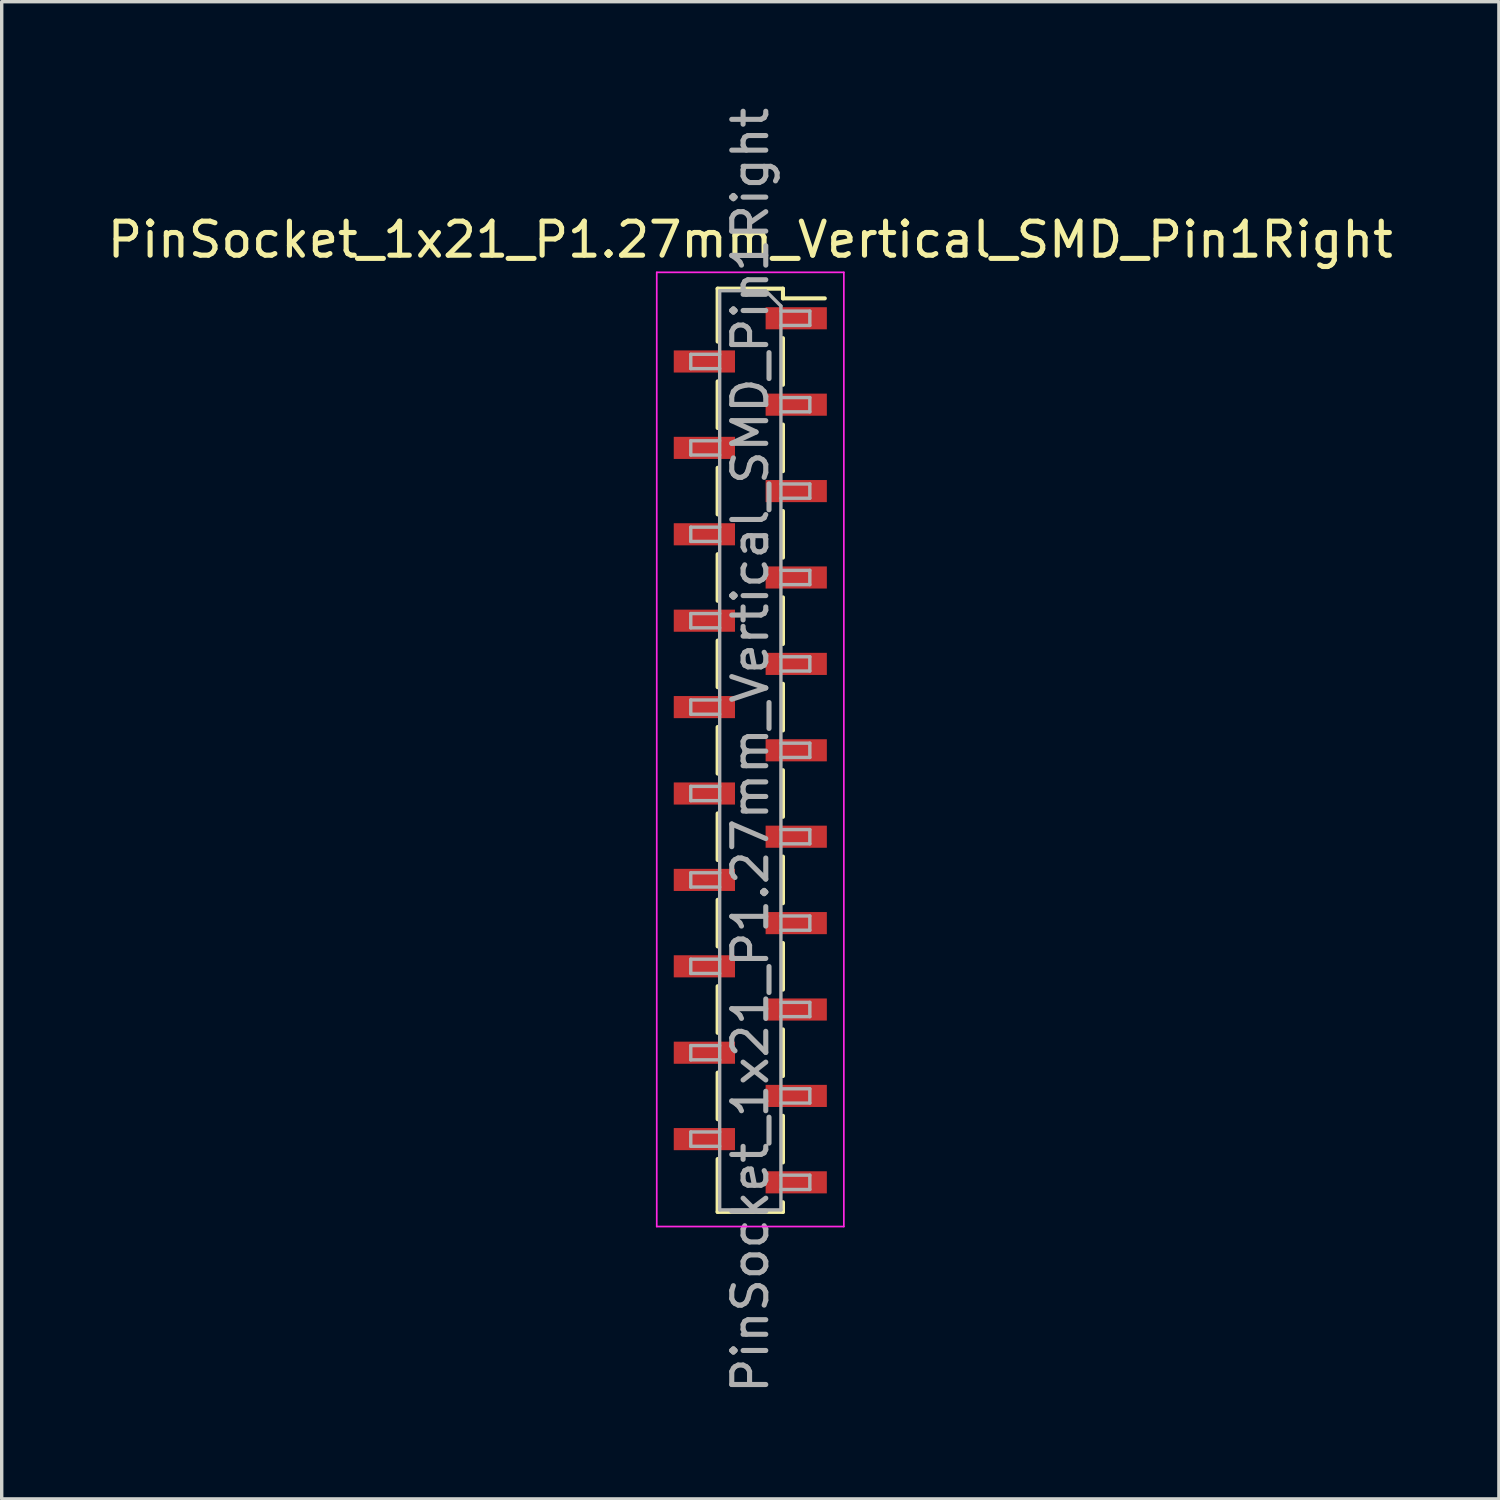
<source format=kicad_pcb>
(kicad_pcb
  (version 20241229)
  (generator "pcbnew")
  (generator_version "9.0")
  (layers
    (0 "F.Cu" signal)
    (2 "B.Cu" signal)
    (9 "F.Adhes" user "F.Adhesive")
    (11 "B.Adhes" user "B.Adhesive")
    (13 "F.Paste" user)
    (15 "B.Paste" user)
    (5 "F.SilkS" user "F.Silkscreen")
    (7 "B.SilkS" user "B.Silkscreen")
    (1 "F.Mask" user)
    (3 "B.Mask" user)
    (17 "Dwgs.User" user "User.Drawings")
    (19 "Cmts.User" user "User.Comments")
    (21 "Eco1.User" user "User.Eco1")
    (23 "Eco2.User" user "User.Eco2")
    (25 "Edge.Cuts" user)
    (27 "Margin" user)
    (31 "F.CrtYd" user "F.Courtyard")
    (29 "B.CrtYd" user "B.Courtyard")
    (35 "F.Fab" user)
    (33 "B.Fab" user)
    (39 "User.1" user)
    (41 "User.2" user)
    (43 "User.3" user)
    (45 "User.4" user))
  (footprint "PinSocket_1x21_P1.27mm_Vertical_SMD_Pin1Right"
    (layer "F.Cu")
    (at 19.006 19.006)
    (property "Reference" "PinSocket_1x21_P1.27mm_Vertical_SMD_Pin1Right" (at 0 -15.01 0) (layer "F.SilkS") (effects (font (size 1 1) (thickness 0.15))))
    (attr smd)
    (fp_line (start -0.96 -13.57) (end -0.96 -12.015) (stroke (width 0.12) (type solid)) (layer "F.SilkS"))
    (fp_line (start -0.96 -13.57) (end 0.96 -13.57) (stroke (width 0.12) (type solid)) (layer "F.SilkS"))
    (fp_line (start -0.96 -10.845) (end -0.96 -9.475) (stroke (width 0.12) (type solid)) (layer "F.SilkS"))
    (fp_line (start -0.96 -8.305) (end -0.96 -6.935) (stroke (width 0.12) (type solid)) (layer "F.SilkS"))
    (fp_line (start -0.96 -5.765) (end -0.96 -4.395) (stroke (width 0.12) (type solid)) (layer "F.SilkS"))
    (fp_line (start -0.96 -3.225) (end -0.96 -1.855) (stroke (width 0.12) (type solid)) (layer "F.SilkS"))
    (fp_line (start -0.96 -0.685) (end -0.96 0.685) (stroke (width 0.12) (type solid)) (layer "F.SilkS"))
    (fp_line (start -0.96 1.855) (end -0.96 3.225) (stroke (width 0.12) (type solid)) (layer "F.SilkS"))
    (fp_line (start -0.96 4.395) (end -0.96 5.765) (stroke (width 0.12) (type solid)) (layer "F.SilkS"))
    (fp_line (start -0.96 6.935) (end -0.96 8.305) (stroke (width 0.12) (type solid)) (layer "F.SilkS"))
    (fp_line (start -0.96 9.475) (end -0.96 10.845) (stroke (width 0.12) (type solid)) (layer "F.SilkS"))
    (fp_line (start -0.96 12.015) (end -0.96 13.57) (stroke (width 0.12) (type solid)) (layer "F.SilkS"))
    (fp_line (start -0.96 13.57) (end 0.96 13.57) (stroke (width 0.12) (type solid)) (layer "F.SilkS"))
    (fp_line (start 0.96 -13.57) (end 0.96 -13.285) (stroke (width 0.12) (type solid)) (layer "F.SilkS"))
    (fp_line (start 0.96 -13.285) (end 2.19 -13.285) (stroke (width 0.12) (type solid)) (layer "F.SilkS"))
    (fp_line (start 0.96 -12.115) (end 0.96 -10.745) (stroke (width 0.12) (type solid)) (layer "F.SilkS"))
    (fp_line (start 0.96 -9.575) (end 0.96 -8.205) (stroke (width 0.12) (type solid)) (layer "F.SilkS"))
    (fp_line (start 0.96 -7.035) (end 0.96 -5.665) (stroke (width 0.12) (type solid)) (layer "F.SilkS"))
    (fp_line (start 0.96 -4.495) (end 0.96 -3.125) (stroke (width 0.12) (type solid)) (layer "F.SilkS"))
    (fp_line (start 0.96 -1.955) (end 0.96 -0.585) (stroke (width 0.12) (type solid)) (layer "F.SilkS"))
    (fp_line (start 0.96 0.585) (end 0.96 1.955) (stroke (width 0.12) (type solid)) (layer "F.SilkS"))
    (fp_line (start 0.96 3.125) (end 0.96 4.495) (stroke (width 0.12) (type solid)) (layer "F.SilkS"))
    (fp_line (start 0.96 5.665) (end 0.96 7.035) (stroke (width 0.12) (type solid)) (layer "F.SilkS"))
    (fp_line (start 0.96 8.205) (end 0.96 9.575) (stroke (width 0.12) (type solid)) (layer "F.SilkS"))
    (fp_line (start 0.96 10.745) (end 0.96 12.115) (stroke (width 0.12) (type solid)) (layer "F.SilkS"))
    (fp_line (start 0.96 13.285) (end 0.96 13.57) (stroke (width 0.12) (type solid)) (layer "F.SilkS"))
    (fp_line (start -2.75 -14.05) (end 2.75 -14.05) (stroke (width 0.05) (type solid)) (layer "F.CrtYd"))
    (fp_line (start -2.75 14) (end -2.75 -14.05) (stroke (width 0.05) (type solid)) (layer "F.CrtYd"))
    (fp_line (start 2.75 -14.05) (end 2.75 14) (stroke (width 0.05) (type solid)) (layer "F.CrtYd"))
    (fp_line (start 2.75 14) (end -2.75 14) (stroke (width 0.05) (type solid)) (layer "F.CrtYd"))
    (fp_line (start -1.75 -11.64) (end -0.9 -11.64) (stroke (width 0.1) (type solid)) (layer "F.Fab"))
    (fp_line (start -1.75 -11.22) (end -1.75 -11.64) (stroke (width 0.1) (type solid)) (layer "F.Fab"))
    (fp_line (start -1.75 -9.1) (end -0.9 -9.1) (stroke (width 0.1) (type solid)) (layer "F.Fab"))
    (fp_line (start -1.75 -8.68) (end -1.75 -9.1) (stroke (width 0.1) (type solid)) (layer "F.Fab"))
    (fp_line (start -1.75 -6.56) (end -0.9 -6.56) (stroke (width 0.1) (type solid)) (layer "F.Fab"))
    (fp_line (start -1.75 -6.14) (end -1.75 -6.56) (stroke (width 0.1) (type solid)) (layer "F.Fab"))
    (fp_line (start -1.75 -4.02) (end -0.9 -4.02) (stroke (width 0.1) (type solid)) (layer "F.Fab"))
    (fp_line (start -1.75 -3.6) (end -1.75 -4.02) (stroke (width 0.1) (type solid)) (layer "F.Fab"))
    (fp_line (start -1.75 -1.48) (end -0.9 -1.48) (stroke (width 0.1) (type solid)) (layer "F.Fab"))
    (fp_line (start -1.75 -1.06) (end -1.75 -1.48) (stroke (width 0.1) (type solid)) (layer "F.Fab"))
    (fp_line (start -1.75 1.06) (end -0.9 1.06) (stroke (width 0.1) (type solid)) (layer "F.Fab"))
    (fp_line (start -1.75 1.48) (end -1.75 1.06) (stroke (width 0.1) (type solid)) (layer "F.Fab"))
    (fp_line (start -1.75 3.6) (end -0.9 3.6) (stroke (width 0.1) (type solid)) (layer "F.Fab"))
    (fp_line (start -1.75 4.02) (end -1.75 3.6) (stroke (width 0.1) (type solid)) (layer "F.Fab"))
    (fp_line (start -1.75 6.14) (end -0.9 6.14) (stroke (width 0.1) (type solid)) (layer "F.Fab"))
    (fp_line (start -1.75 6.56) (end -1.75 6.14) (stroke (width 0.1) (type solid)) (layer "F.Fab"))
    (fp_line (start -1.75 8.68) (end -0.9 8.68) (stroke (width 0.1) (type solid)) (layer "F.Fab"))
    (fp_line (start -1.75 9.1) (end -1.75 8.68) (stroke (width 0.1) (type solid)) (layer "F.Fab"))
    (fp_line (start -1.75 11.22) (end -0.9 11.22) (stroke (width 0.1) (type solid)) (layer "F.Fab"))
    (fp_line (start -1.75 11.64) (end -1.75 11.22) (stroke (width 0.1) (type solid)) (layer "F.Fab"))
    (fp_line (start -0.9 -13.51) (end 0.45 -13.51) (stroke (width 0.1) (type solid)) (layer "F.Fab"))
    (fp_line (start -0.9 -11.22) (end -1.75 -11.22) (stroke (width 0.1) (type solid)) (layer "F.Fab"))
    (fp_line (start -0.9 -8.68) (end -1.75 -8.68) (stroke (width 0.1) (type solid)) (layer "F.Fab"))
    (fp_line (start -0.9 -6.14) (end -1.75 -6.14) (stroke (width 0.1) (type solid)) (layer "F.Fab"))
    (fp_line (start -0.9 -3.6) (end -1.75 -3.6) (stroke (width 0.1) (type solid)) (layer "F.Fab"))
    (fp_line (start -0.9 -1.06) (end -1.75 -1.06) (stroke (width 0.1) (type solid)) (layer "F.Fab"))
    (fp_line (start -0.9 1.48) (end -1.75 1.48) (stroke (width 0.1) (type solid)) (layer "F.Fab"))
    (fp_line (start -0.9 4.02) (end -1.75 4.02) (stroke (width 0.1) (type solid)) (layer "F.Fab"))
    (fp_line (start -0.9 6.56) (end -1.75 6.56) (stroke (width 0.1) (type solid)) (layer "F.Fab"))
    (fp_line (start -0.9 9.1) (end -1.75 9.1) (stroke (width 0.1) (type solid)) (layer "F.Fab"))
    (fp_line (start -0.9 11.64) (end -1.75 11.64) (stroke (width 0.1) (type solid)) (layer "F.Fab"))
    (fp_line (start -0.9 13.51) (end -0.9 -13.51) (stroke (width 0.1) (type solid)) (layer "F.Fab"))
    (fp_line (start 0.45 -13.51) (end 0.9 -13.06) (stroke (width 0.1) (type solid)) (layer "F.Fab"))
    (fp_line (start 0.9 -13.06) (end 0.9 13.51) (stroke (width 0.1) (type solid)) (layer "F.Fab"))
    (fp_line (start 0.9 -12.91) (end 1.75 -12.91) (stroke (width 0.1) (type solid)) (layer "F.Fab"))
    (fp_line (start 0.9 -10.37) (end 1.75 -10.37) (stroke (width 0.1) (type solid)) (layer "F.Fab"))
    (fp_line (start 0.9 -7.83) (end 1.75 -7.83) (stroke (width 0.1) (type solid)) (layer "F.Fab"))
    (fp_line (start 0.9 -5.29) (end 1.75 -5.29) (stroke (width 0.1) (type solid)) (layer "F.Fab"))
    (fp_line (start 0.9 -2.75) (end 1.75 -2.75) (stroke (width 0.1) (type solid)) (layer "F.Fab"))
    (fp_line (start 0.9 -0.21) (end 1.75 -0.21) (stroke (width 0.1) (type solid)) (layer "F.Fab"))
    (fp_line (start 0.9 2.33) (end 1.75 2.33) (stroke (width 0.1) (type solid)) (layer "F.Fab"))
    (fp_line (start 0.9 4.87) (end 1.75 4.87) (stroke (width 0.1) (type solid)) (layer "F.Fab"))
    (fp_line (start 0.9 7.41) (end 1.75 7.41) (stroke (width 0.1) (type solid)) (layer "F.Fab"))
    (fp_line (start 0.9 9.95) (end 1.75 9.95) (stroke (width 0.1) (type solid)) (layer "F.Fab"))
    (fp_line (start 0.9 12.49) (end 1.75 12.49) (stroke (width 0.1) (type solid)) (layer "F.Fab"))
    (fp_line (start 0.9 13.51) (end -0.9 13.51) (stroke (width 0.1) (type solid)) (layer "F.Fab"))
    (fp_line (start 1.75 -12.91) (end 1.75 -12.49) (stroke (width 0.1) (type solid)) (layer "F.Fab"))
    (fp_line (start 1.75 -12.49) (end 0.9 -12.49) (stroke (width 0.1) (type solid)) (layer "F.Fab"))
    (fp_line (start 1.75 -10.37) (end 1.75 -9.95) (stroke (width 0.1) (type solid)) (layer "F.Fab"))
    (fp_line (start 1.75 -9.95) (end 0.9 -9.95) (stroke (width 0.1) (type solid)) (layer "F.Fab"))
    (fp_line (start 1.75 -7.83) (end 1.75 -7.41) (stroke (width 0.1) (type solid)) (layer "F.Fab"))
    (fp_line (start 1.75 -7.41) (end 0.9 -7.41) (stroke (width 0.1) (type solid)) (layer "F.Fab"))
    (fp_line (start 1.75 -5.29) (end 1.75 -4.87) (stroke (width 0.1) (type solid)) (layer "F.Fab"))
    (fp_line (start 1.75 -4.87) (end 0.9 -4.87) (stroke (width 0.1) (type solid)) (layer "F.Fab"))
    (fp_line (start 1.75 -2.75) (end 1.75 -2.33) (stroke (width 0.1) (type solid)) (layer "F.Fab"))
    (fp_line (start 1.75 -2.33) (end 0.9 -2.33) (stroke (width 0.1) (type solid)) (layer "F.Fab"))
    (fp_line (start 1.75 -0.21) (end 1.75 0.21) (stroke (width 0.1) (type solid)) (layer "F.Fab"))
    (fp_line (start 1.75 0.21) (end 0.9 0.21) (stroke (width 0.1) (type solid)) (layer "F.Fab"))
    (fp_line (start 1.75 2.33) (end 1.75 2.75) (stroke (width 0.1) (type solid)) (layer "F.Fab"))
    (fp_line (start 1.75 2.75) (end 0.9 2.75) (stroke (width 0.1) (type solid)) (layer "F.Fab"))
    (fp_line (start 1.75 4.87) (end 1.75 5.29) (stroke (width 0.1) (type solid)) (layer "F.Fab"))
    (fp_line (start 1.75 5.29) (end 0.9 5.29) (stroke (width 0.1) (type solid)) (layer "F.Fab"))
    (fp_line (start 1.75 7.41) (end 1.75 7.83) (stroke (width 0.1) (type solid)) (layer "F.Fab"))
    (fp_line (start 1.75 7.83) (end 0.9 7.83) (stroke (width 0.1) (type solid)) (layer "F.Fab"))
    (fp_line (start 1.75 9.95) (end 1.75 10.37) (stroke (width 0.1) (type solid)) (layer "F.Fab"))
    (fp_line (start 1.75 10.37) (end 0.9 10.37) (stroke (width 0.1) (type solid)) (layer "F.Fab"))
    (fp_line (start 1.75 12.49) (end 1.75 12.91) (stroke (width 0.1) (type solid)) (layer "F.Fab"))
    (fp_line (start 1.75 12.91) (end 0.9 12.91) (stroke (width 0.1) (type solid)) (layer "F.Fab"))
    (fp_text user "${REFERENCE}" (at 0 0 90) (layer "F.Fab") (effects (font (size 1 1) (thickness 0.15))))
    (pad "1" smd rect (at 1.35 -12.7) (size 1.8 0.65) (layers "F.Cu" "F.Mask" "F.Paste"))
    (pad "2" smd rect (at -1.35 -11.43) (size 1.8 0.65) (layers "F.Cu" "F.Mask" "F.Paste"))
    (pad "3" smd rect (at 1.35 -10.16) (size 1.8 0.65) (layers "F.Cu" "F.Mask" "F.Paste"))
    (pad "4" smd rect (at -1.35 -8.89) (size 1.8 0.65) (layers "F.Cu" "F.Mask" "F.Paste"))
    (pad "5" smd rect (at 1.35 -7.62) (size 1.8 0.65) (layers "F.Cu" "F.Mask" "F.Paste"))
    (pad "6" smd rect (at -1.35 -6.35) (size 1.8 0.65) (layers "F.Cu" "F.Mask" "F.Paste"))
    (pad "7" smd rect (at 1.35 -5.08) (size 1.8 0.65) (layers "F.Cu" "F.Mask" "F.Paste"))
    (pad "8" smd rect (at -1.35 -3.81) (size 1.8 0.65) (layers "F.Cu" "F.Mask" "F.Paste"))
    (pad "9" smd rect (at 1.35 -2.54) (size 1.8 0.65) (layers "F.Cu" "F.Mask" "F.Paste"))
    (pad "10" smd rect (at -1.35 -1.27) (size 1.8 0.65) (layers "F.Cu" "F.Mask" "F.Paste"))
    (pad "11" smd rect (at 1.35 0) (size 1.8 0.65) (layers "F.Cu" "F.Mask" "F.Paste"))
    (pad "12" smd rect (at -1.35 1.27) (size 1.8 0.65) (layers "F.Cu" "F.Mask" "F.Paste"))
    (pad "13" smd rect (at 1.35 2.54) (size 1.8 0.65) (layers "F.Cu" "F.Mask" "F.Paste"))
    (pad "14" smd rect (at -1.35 3.81) (size 1.8 0.65) (layers "F.Cu" "F.Mask" "F.Paste"))
    (pad "15" smd rect (at 1.35 5.08) (size 1.8 0.65) (layers "F.Cu" "F.Mask" "F.Paste"))
    (pad "16" smd rect (at -1.35 6.35) (size 1.8 0.65) (layers "F.Cu" "F.Mask" "F.Paste"))
    (pad "17" smd rect (at 1.35 7.62) (size 1.8 0.65) (layers "F.Cu" "F.Mask" "F.Paste"))
    (pad "18" smd rect (at -1.35 8.89) (size 1.8 0.65) (layers "F.Cu" "F.Mask" "F.Paste"))
    (pad "19" smd rect (at 1.35 10.16) (size 1.8 0.65) (layers "F.Cu" "F.Mask" "F.Paste"))
    (pad "20" smd rect (at -1.35 11.43) (size 1.8 0.65) (layers "F.Cu" "F.Mask" "F.Paste"))
    (pad "21" smd rect (at 1.35 12.7) (size 1.8 0.65) (layers "F.Cu" "F.Mask" "F.Paste")))
  (gr_rect
    (start -3 -3)
    (end 41.012 41.012)
    (stroke (width 0.1) (type default))
    (fill no)
    (layer "Edge.Cuts")))
</source>
